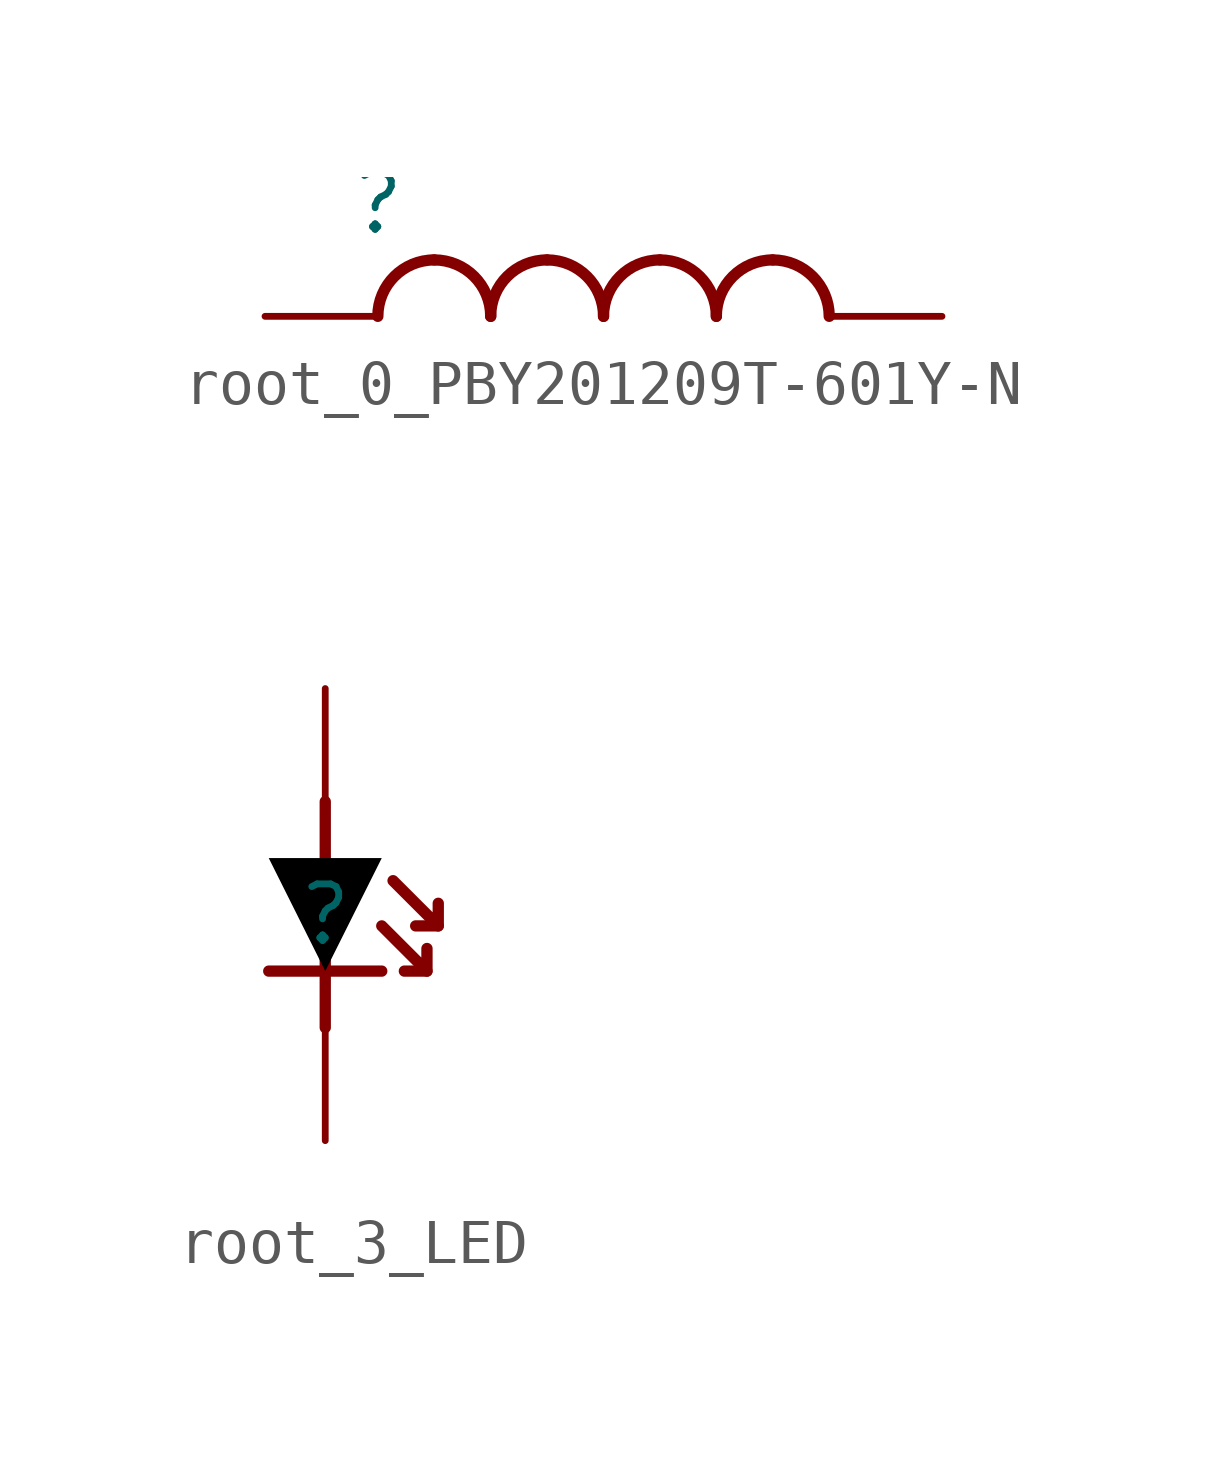
<source format=kicad_sym>
(kicad_symbol_lib
  (version 20231120)
  (generator "kicad_symbol_editor")
  (generator_version "8.0")
  (symbol "root_0_PBY201209T-601Y-N"
    (property "Reference" ""
      (at 0 0 0)
      (effects (font (size 1.27 1.27))))
    (property "Value" ""
      (at 0 0 0)
      (effects (font (size 1.27 1.27))))
    (symbol "root_0_PBY201209T-601Y-N_1_0"
      (arc (start 1.27 -1.27) (mid 0.372 -1.642) (end 0 -2.54) (stroke (width 0.254) (type solid)) (fill (type none)))
      (arc (start 2.54 -2.54) (mid 2.168 -1.642) (end 1.27 -1.27) (stroke (width 0.254) (type solid)) (fill (type none)))
      (arc (start 3.81 -1.27) (mid 2.912 -1.642) (end 2.54 -2.54) (stroke (width 0.254) (type solid)) (fill (type none)))
      (arc (start 5.08 -2.54) (mid 4.708 -1.642) (end 3.81 -1.27) (stroke (width 0.254) (type solid)) (fill (type none)))
      (arc (start 6.35 -1.27) (mid 5.452 -1.642) (end 5.08 -2.54) (stroke (width 0.254) (type solid)) (fill (type none)))
      (arc (start 7.62 -2.54) (mid 7.248 -1.642) (end 6.35 -1.27) (stroke (width 0.254) (type solid)) (fill (type none)))
      (arc (start 8.89 -1.27) (mid 7.992 -1.642) (end 7.62 -2.54) (stroke (width 0.254) (type solid)) (fill (type none)))
      (arc (start 10.16 -2.54) (mid 9.788 -1.642) (end 8.89 -1.27) (stroke (width 0.254) (type solid)) (fill (type none)))
      (pin passive line (at -2.54 -2.54 0) (length 2.54) (name "1" (effects (font (size 0 0)))) (number "1" (effects (font (size 0 0)))))
      (pin passive line (at 12.7 -2.54 180) (length 2.54) (name "2" (effects (font (size 0 0)))) (number "2" (effects (font (size 0 0)))))))
  (symbol "root_3_LED"
    (property "Reference" ""
      (at 0 0 0)
      (effects (font (size 1.27 1.27))))
    (property "Value" ""
      (at 0 0 0)
      (effects (font (size 1.27 1.27))))
    (symbol "root_3_LED_1_0"
      (polyline (pts (xy -1.27 -1.27) (xy 1.27 -1.27)) (stroke (width 0.254) (type solid)) (fill (type none)))
      (polyline (pts (xy 0 2.54) (xy 0 -2.54)) (stroke (width 0.254) (type solid)) (fill (type none)))
      (polyline (pts (xy 2.286 -1.27) (xy 1.778 -1.27)) (stroke (width 0.254) (type solid)) (fill (type none)))
      (polyline (pts (xy 2.54 -0.254) (xy 2.032 -0.254)) (stroke (width 0.254) (type solid)) (fill (type none)))
      (polyline (pts (xy 1.27 -0.254) (xy 2.286 -1.27) (xy 2.286 -0.762)) (stroke (width 0.254) (type solid)) (fill (type none)))
      (polyline (pts (xy 1.524 0.762) (xy 2.54 -0.254) (xy 2.54 0.254)) (stroke (width 0.254) (type solid)) (fill (type none)))
      (polyline (pts (xy 1.27 1.27) (xy -1.27 1.27) (xy 0 -1.27) (xy 1.27 1.27)) (stroke (width -0.0001) (type solid) (color 0 0 0 1)) (fill (type outline)))
      (pin passive line (at 0 5.08 270) (length 2.54) (name "" (effects (font (size 0 0)))) (number "A" (effects (font (size 0 0)))))
      (pin passive line (at 0 -5.08 90) (length 2.54) (name "" (effects (font (size 0 0)))) (number "K" (effects (font (size 0 0))))))))
</source>
